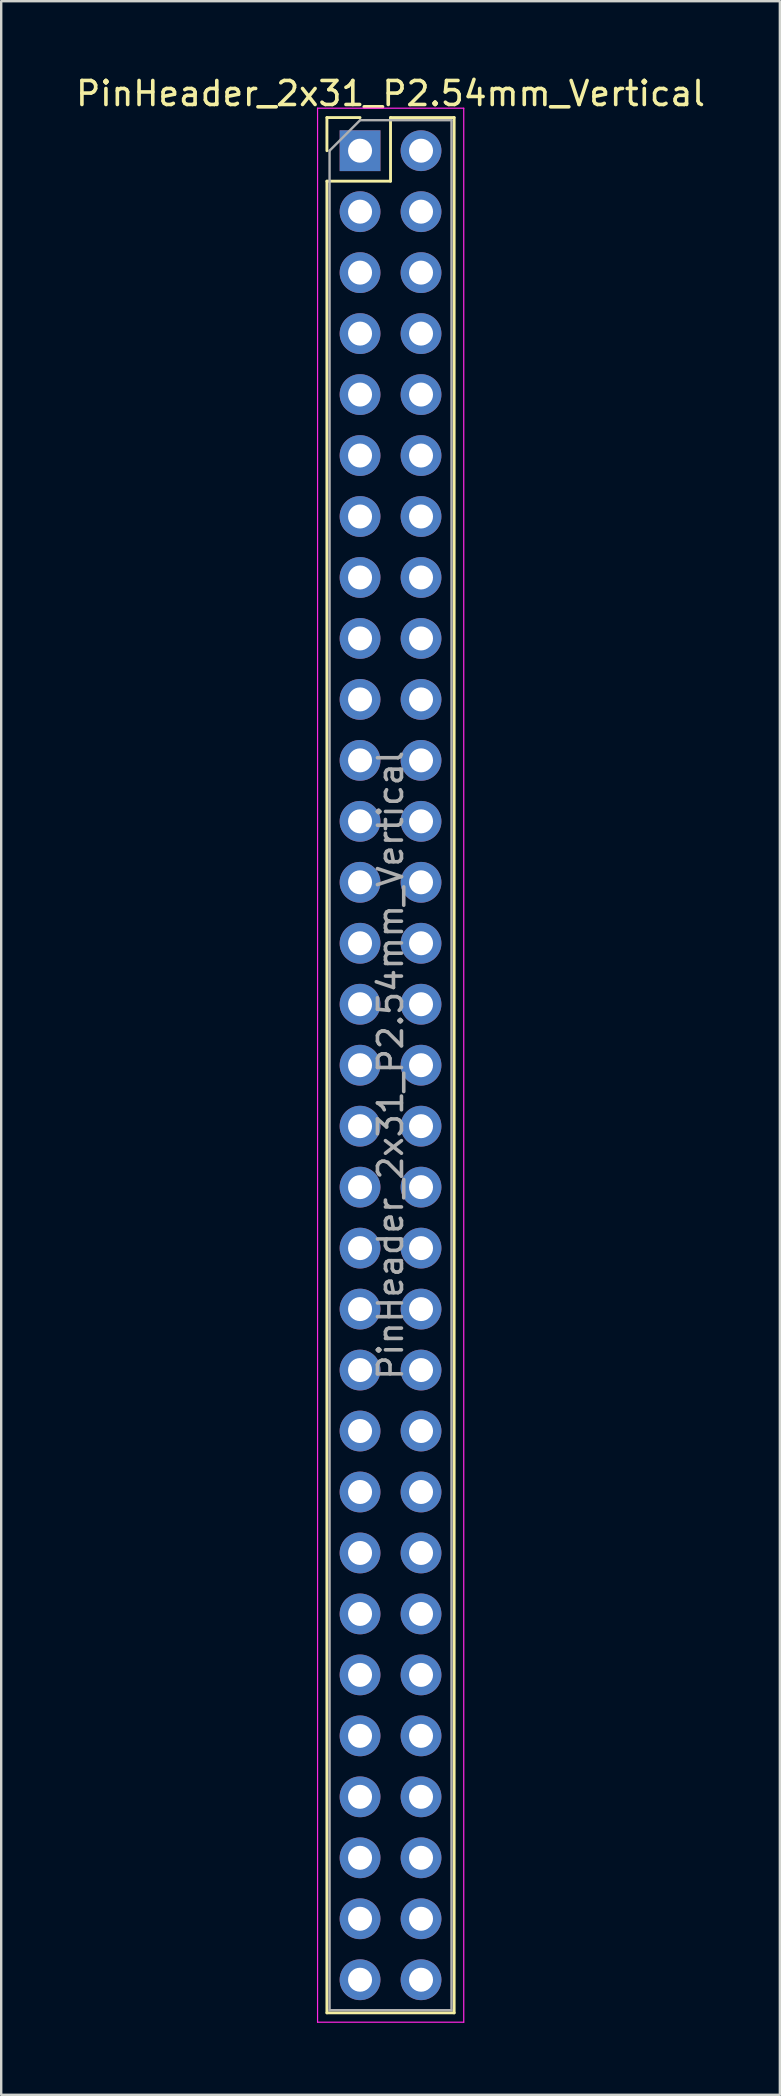
<source format=kicad_pcb>
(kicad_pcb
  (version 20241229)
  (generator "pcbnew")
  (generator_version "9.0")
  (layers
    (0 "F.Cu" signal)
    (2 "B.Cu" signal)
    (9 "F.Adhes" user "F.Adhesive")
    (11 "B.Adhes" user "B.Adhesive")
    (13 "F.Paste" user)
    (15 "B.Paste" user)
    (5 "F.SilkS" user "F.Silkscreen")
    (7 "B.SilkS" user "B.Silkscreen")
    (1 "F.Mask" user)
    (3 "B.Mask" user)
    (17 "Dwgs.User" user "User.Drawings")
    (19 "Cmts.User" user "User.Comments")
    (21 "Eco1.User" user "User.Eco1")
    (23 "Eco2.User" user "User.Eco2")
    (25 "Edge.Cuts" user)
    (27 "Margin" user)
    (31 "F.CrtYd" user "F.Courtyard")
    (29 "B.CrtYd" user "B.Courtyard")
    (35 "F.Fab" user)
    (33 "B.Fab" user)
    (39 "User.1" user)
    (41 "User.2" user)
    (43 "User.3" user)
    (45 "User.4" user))
  (footprint "PinHeader_2x31_P2.54mm_Vertical"
    (layer "F.Cu")
    (at 11.95 3.228)
    (property "Reference" "PinHeader_2x31_P2.54mm_Vertical" (at 1.27 -2.38 0) (layer "F.SilkS") (effects (font (size 1 1) (thickness 0.15))))
    (attr through_hole)
    (fp_line (start -1.38 -1.38) (end 0 -1.38) (stroke (width 0.12) (type solid)) (layer "F.SilkS"))
    (fp_line (start -1.38 0) (end -1.38 -1.38) (stroke (width 0.12) (type solid)) (layer "F.SilkS"))
    (fp_line (start -1.38 1.27) (end -1.38 77.58) (stroke (width 0.12) (type solid)) (layer "F.SilkS"))
    (fp_line (start -1.38 1.27) (end 1.27 1.27) (stroke (width 0.12) (type solid)) (layer "F.SilkS"))
    (fp_line (start -1.38 77.58) (end 3.92 77.58) (stroke (width 0.12) (type solid)) (layer "F.SilkS"))
    (fp_line (start 1.27 -1.38) (end 3.92 -1.38) (stroke (width 0.12) (type solid)) (layer "F.SilkS"))
    (fp_line (start 1.27 1.27) (end 1.27 -1.38) (stroke (width 0.12) (type solid)) (layer "F.SilkS"))
    (fp_line (start 3.92 -1.38) (end 3.92 77.58) (stroke (width 0.12) (type solid)) (layer "F.SilkS"))
    (fp_line (start -1.77 -1.77) (end -1.77 77.97) (stroke (width 0.05) (type solid)) (layer "F.CrtYd"))
    (fp_line (start -1.77 77.97) (end 4.32 77.97) (stroke (width 0.05) (type solid)) (layer "F.CrtYd"))
    (fp_line (start 4.32 -1.77) (end -1.77 -1.77) (stroke (width 0.05) (type solid)) (layer "F.CrtYd"))
    (fp_line (start 4.32 77.97) (end 4.32 -1.77) (stroke (width 0.05) (type solid)) (layer "F.CrtYd"))
    (fp_line (start -1.27 0) (end 0 -1.27) (stroke (width 0.1) (type solid)) (layer "F.Fab"))
    (fp_line (start -1.27 77.47) (end -1.27 0) (stroke (width 0.1) (type solid)) (layer "F.Fab"))
    (fp_line (start 0 -1.27) (end 3.81 -1.27) (stroke (width 0.1) (type solid)) (layer "F.Fab"))
    (fp_line (start 3.81 -1.27) (end 3.81 77.47) (stroke (width 0.1) (type solid)) (layer "F.Fab"))
    (fp_line (start 3.81 77.47) (end -1.27 77.47) (stroke (width 0.1) (type solid)) (layer "F.Fab"))
    (fp_text user "${REFERENCE}" (at 1.27 38.1 90) (layer "F.Fab") (effects (font (size 1 1) (thickness 0.15))))
    (pad "1" thru_hole rect (at 0 0) (size 1.7 1.7) (drill 1) (layers "*.Cu" "*.Mask"))
    (pad "2" thru_hole circle (at 2.54 0) (size 1.7 1.7) (drill 1) (layers "*.Cu" "*.Mask"))
    (pad "3" thru_hole circle (at 0 2.54) (size 1.7 1.7) (drill 1) (layers "*.Cu" "*.Mask"))
    (pad "4" thru_hole circle (at 2.54 2.54) (size 1.7 1.7) (drill 1) (layers "*.Cu" "*.Mask"))
    (pad "5" thru_hole circle (at 0 5.08) (size 1.7 1.7) (drill 1) (layers "*.Cu" "*.Mask"))
    (pad "6" thru_hole circle (at 2.54 5.08) (size 1.7 1.7) (drill 1) (layers "*.Cu" "*.Mask"))
    (pad "7" thru_hole circle (at 0 7.62) (size 1.7 1.7) (drill 1) (layers "*.Cu" "*.Mask"))
    (pad "8" thru_hole circle (at 2.54 7.62) (size 1.7 1.7) (drill 1) (layers "*.Cu" "*.Mask"))
    (pad "9" thru_hole circle (at 0 10.16) (size 1.7 1.7) (drill 1) (layers "*.Cu" "*.Mask"))
    (pad "10" thru_hole circle (at 2.54 10.16) (size 1.7 1.7) (drill 1) (layers "*.Cu" "*.Mask"))
    (pad "11" thru_hole circle (at 0 12.7) (size 1.7 1.7) (drill 1) (layers "*.Cu" "*.Mask"))
    (pad "12" thru_hole circle (at 2.54 12.7) (size 1.7 1.7) (drill 1) (layers "*.Cu" "*.Mask"))
    (pad "13" thru_hole circle (at 0 15.24) (size 1.7 1.7) (drill 1) (layers "*.Cu" "*.Mask"))
    (pad "14" thru_hole circle (at 2.54 15.24) (size 1.7 1.7) (drill 1) (layers "*.Cu" "*.Mask"))
    (pad "15" thru_hole circle (at 0 17.78) (size 1.7 1.7) (drill 1) (layers "*.Cu" "*.Mask"))
    (pad "16" thru_hole circle (at 2.54 17.78) (size 1.7 1.7) (drill 1) (layers "*.Cu" "*.Mask"))
    (pad "17" thru_hole circle (at 0 20.32) (size 1.7 1.7) (drill 1) (layers "*.Cu" "*.Mask"))
    (pad "18" thru_hole circle (at 2.54 20.32) (size 1.7 1.7) (drill 1) (layers "*.Cu" "*.Mask"))
    (pad "19" thru_hole circle (at 0 22.86) (size 1.7 1.7) (drill 1) (layers "*.Cu" "*.Mask"))
    (pad "20" thru_hole circle (at 2.54 22.86) (size 1.7 1.7) (drill 1) (layers "*.Cu" "*.Mask"))
    (pad "21" thru_hole circle (at 0 25.4) (size 1.7 1.7) (drill 1) (layers "*.Cu" "*.Mask"))
    (pad "22" thru_hole circle (at 2.54 25.4) (size 1.7 1.7) (drill 1) (layers "*.Cu" "*.Mask"))
    (pad "23" thru_hole circle (at 0 27.94) (size 1.7 1.7) (drill 1) (layers "*.Cu" "*.Mask"))
    (pad "24" thru_hole circle (at 2.54 27.94) (size 1.7 1.7) (drill 1) (layers "*.Cu" "*.Mask"))
    (pad "25" thru_hole circle (at 0 30.48) (size 1.7 1.7) (drill 1) (layers "*.Cu" "*.Mask"))
    (pad "26" thru_hole circle (at 2.54 30.48) (size 1.7 1.7) (drill 1) (layers "*.Cu" "*.Mask"))
    (pad "27" thru_hole circle (at 0 33.02) (size 1.7 1.7) (drill 1) (layers "*.Cu" "*.Mask"))
    (pad "28" thru_hole circle (at 2.54 33.02) (size 1.7 1.7) (drill 1) (layers "*.Cu" "*.Mask"))
    (pad "29" thru_hole circle (at 0 35.56) (size 1.7 1.7) (drill 1) (layers "*.Cu" "*.Mask"))
    (pad "30" thru_hole circle (at 2.54 35.56) (size 1.7 1.7) (drill 1) (layers "*.Cu" "*.Mask"))
    (pad "31" thru_hole circle (at 0 38.1) (size 1.7 1.7) (drill 1) (layers "*.Cu" "*.Mask"))
    (pad "32" thru_hole circle (at 2.54 38.1) (size 1.7 1.7) (drill 1) (layers "*.Cu" "*.Mask"))
    (pad "33" thru_hole circle (at 0 40.64) (size 1.7 1.7) (drill 1) (layers "*.Cu" "*.Mask"))
    (pad "34" thru_hole circle (at 2.54 40.64) (size 1.7 1.7) (drill 1) (layers "*.Cu" "*.Mask"))
    (pad "35" thru_hole circle (at 0 43.18) (size 1.7 1.7) (drill 1) (layers "*.Cu" "*.Mask"))
    (pad "36" thru_hole circle (at 2.54 43.18) (size 1.7 1.7) (drill 1) (layers "*.Cu" "*.Mask"))
    (pad "37" thru_hole circle (at 0 45.72) (size 1.7 1.7) (drill 1) (layers "*.Cu" "*.Mask"))
    (pad "38" thru_hole circle (at 2.54 45.72) (size 1.7 1.7) (drill 1) (layers "*.Cu" "*.Mask"))
    (pad "39" thru_hole circle (at 0 48.26) (size 1.7 1.7) (drill 1) (layers "*.Cu" "*.Mask"))
    (pad "40" thru_hole circle (at 2.54 48.26) (size 1.7 1.7) (drill 1) (layers "*.Cu" "*.Mask"))
    (pad "41" thru_hole circle (at 0 50.8) (size 1.7 1.7) (drill 1) (layers "*.Cu" "*.Mask"))
    (pad "42" thru_hole circle (at 2.54 50.8) (size 1.7 1.7) (drill 1) (layers "*.Cu" "*.Mask"))
    (pad "43" thru_hole circle (at 0 53.34) (size 1.7 1.7) (drill 1) (layers "*.Cu" "*.Mask"))
    (pad "44" thru_hole circle (at 2.54 53.34) (size 1.7 1.7) (drill 1) (layers "*.Cu" "*.Mask"))
    (pad "45" thru_hole circle (at 0 55.88) (size 1.7 1.7) (drill 1) (layers "*.Cu" "*.Mask"))
    (pad "46" thru_hole circle (at 2.54 55.88) (size 1.7 1.7) (drill 1) (layers "*.Cu" "*.Mask"))
    (pad "47" thru_hole circle (at 0 58.42) (size 1.7 1.7) (drill 1) (layers "*.Cu" "*.Mask"))
    (pad "48" thru_hole circle (at 2.54 58.42) (size 1.7 1.7) (drill 1) (layers "*.Cu" "*.Mask"))
    (pad "49" thru_hole circle (at 0 60.96) (size 1.7 1.7) (drill 1) (layers "*.Cu" "*.Mask"))
    (pad "50" thru_hole circle (at 2.54 60.96) (size 1.7 1.7) (drill 1) (layers "*.Cu" "*.Mask"))
    (pad "51" thru_hole circle (at 0 63.5) (size 1.7 1.7) (drill 1) (layers "*.Cu" "*.Mask"))
    (pad "52" thru_hole circle (at 2.54 63.5) (size 1.7 1.7) (drill 1) (layers "*.Cu" "*.Mask"))
    (pad "53" thru_hole circle (at 0 66.04) (size 1.7 1.7) (drill 1) (layers "*.Cu" "*.Mask"))
    (pad "54" thru_hole circle (at 2.54 66.04) (size 1.7 1.7) (drill 1) (layers "*.Cu" "*.Mask"))
    (pad "55" thru_hole circle (at 0 68.58) (size 1.7 1.7) (drill 1) (layers "*.Cu" "*.Mask"))
    (pad "56" thru_hole circle (at 2.54 68.58) (size 1.7 1.7) (drill 1) (layers "*.Cu" "*.Mask"))
    (pad "57" thru_hole circle (at 0 71.12) (size 1.7 1.7) (drill 1) (layers "*.Cu" "*.Mask"))
    (pad "58" thru_hole circle (at 2.54 71.12) (size 1.7 1.7) (drill 1) (layers "*.Cu" "*.Mask"))
    (pad "59" thru_hole circle (at 0 73.66) (size 1.7 1.7) (drill 1) (layers "*.Cu" "*.Mask"))
    (pad "60" thru_hole circle (at 2.54 73.66) (size 1.7 1.7) (drill 1) (layers "*.Cu" "*.Mask"))
    (pad "61" thru_hole circle (at 0 76.2) (size 1.7 1.7) (drill 1) (layers "*.Cu" "*.Mask"))
    (pad "62" thru_hole circle (at 2.54 76.2) (size 1.7 1.7) (drill 1) (layers "*.Cu" "*.Mask")))
  (gr_rect
    (start -3 -3)
    (end 29.44 84.223)
    (stroke (width 0.1) (type default))
    (fill no)
    (layer "Edge.Cuts")))
</source>
